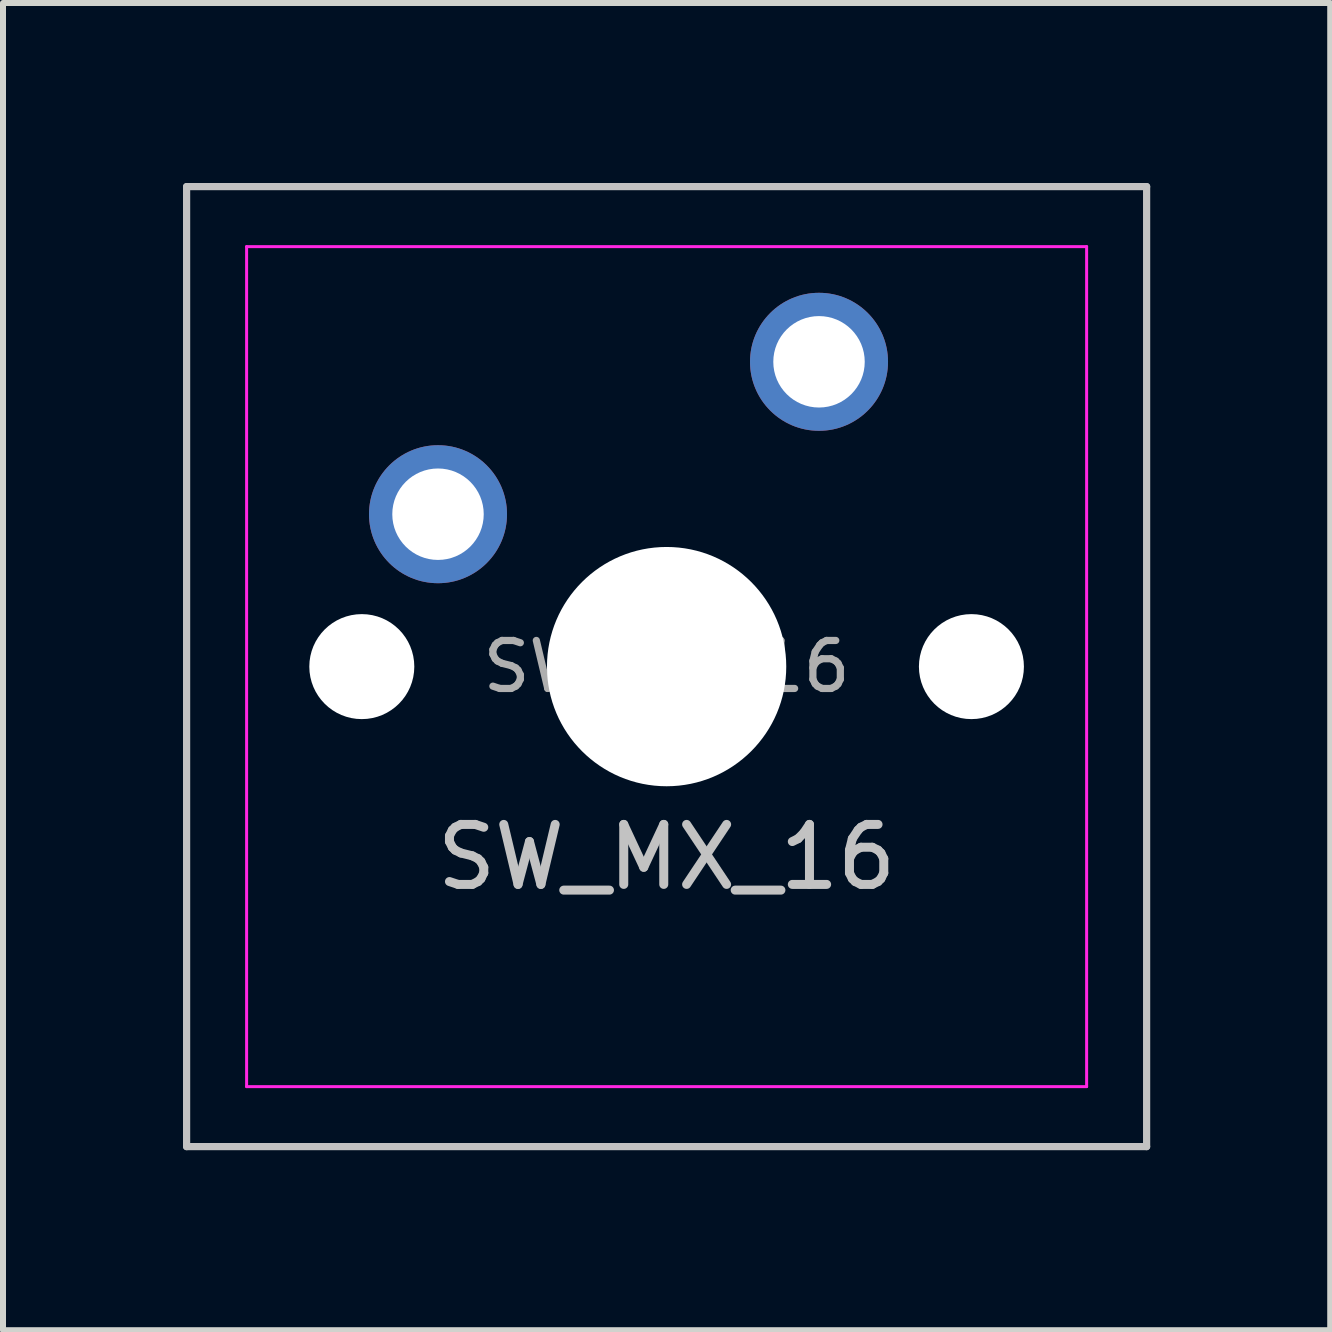
<source format=kicad_pcb>
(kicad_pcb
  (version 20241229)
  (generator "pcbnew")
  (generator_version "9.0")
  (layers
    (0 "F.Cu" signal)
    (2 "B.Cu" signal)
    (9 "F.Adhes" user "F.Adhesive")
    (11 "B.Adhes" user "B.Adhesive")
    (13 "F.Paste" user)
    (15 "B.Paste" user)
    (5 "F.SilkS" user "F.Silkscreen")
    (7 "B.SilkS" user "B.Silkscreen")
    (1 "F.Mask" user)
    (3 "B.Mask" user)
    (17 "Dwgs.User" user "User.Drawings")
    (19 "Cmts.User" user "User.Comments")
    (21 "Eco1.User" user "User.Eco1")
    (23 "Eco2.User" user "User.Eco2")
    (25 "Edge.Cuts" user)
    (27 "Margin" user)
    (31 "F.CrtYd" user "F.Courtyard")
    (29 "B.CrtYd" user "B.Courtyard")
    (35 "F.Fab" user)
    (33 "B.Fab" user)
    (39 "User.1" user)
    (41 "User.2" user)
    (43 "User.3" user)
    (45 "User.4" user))
  (footprint "SW_MX_16"
    (layer "F.Cu")
    (at 8.06 8.06)
    (property "Reference" "SW_MX_16" (at 0 3.175 0) (layer "Dwgs.User") (effects (font (size 1 1) (thickness 0.15))))
    (attr through_hole exclude_from_pos_files)
    (fp_line (start -8 -8) (end -8 8) (stroke (width 0.12) (type solid)) (layer "Dwgs.User"))
    (fp_line (start -8 8) (end 8 8) (stroke (width 0.12) (type solid)) (layer "Dwgs.User"))
    (fp_line (start 8 -8) (end -8 -8) (stroke (width 0.12) (type solid)) (layer "Dwgs.User"))
    (fp_line (start 8 8) (end 8 -8) (stroke (width 0.12) (type solid)) (layer "Dwgs.User"))
    (fp_line (start -7 6.5) (end -7 -6.5) (stroke (width 0.05) (type solid)) (layer "Eco2.User"))
    (fp_line (start -6.5 -7) (end 6.5 -7) (stroke (width 0.05) (type solid)) (layer "Eco2.User"))
    (fp_line (start 6.5 7) (end -6.5 7) (stroke (width 0.05) (type solid)) (layer "Eco2.User"))
    (fp_line (start 7 -6.5) (end 7 6.5) (stroke (width 0.05) (type solid)) (layer "Eco2.User"))
    (fp_arc (start -7 -6.5) (mid -6.853553 -6.853553) (end -6.5 -7) (stroke (width 0.05) (type solid)) (layer "Eco2.User"))
    (fp_arc (start -6.5 7) (mid -6.853553 6.853553) (end -7 6.5) (stroke (width 0.05) (type solid)) (layer "Eco2.User"))
    (fp_arc (start 6.5 -7) (mid 6.853553 -6.853553) (end 7 -6.5) (stroke (width 0.05) (type solid)) (layer "Eco2.User"))
    (fp_arc (start 6.997236 6.498884) (mid 6.85079 6.852437) (end 6.497236 6.998884) (stroke (width 0.05) (type solid)) (layer "Eco2.User"))
    (fp_line (start -7 -7) (end -7 7) (stroke (width 0.05) (type solid)) (layer "F.CrtYd"))
    (fp_line (start -7 7) (end 7 7) (stroke (width 0.05) (type solid)) (layer "F.CrtYd"))
    (fp_line (start 7 -7) (end -7 -7) (stroke (width 0.05) (type solid)) (layer "F.CrtYd"))
    (fp_line (start 7 7) (end 7 -7) (stroke (width 0.05) (type solid)) (layer "F.CrtYd"))
    (fp_text user "${REFERENCE}" (at 0 0 0) (layer "F.Fab") (effects (font (size 0.8 0.8) (thickness 0.12))))
    (pad "" np_thru_hole circle (at -5.08 0) (size 1.75 1.75) (drill 1.75) (layers "*.Cu" "*.Mask"))
    (pad "" np_thru_hole circle (at 0 0) (size 3.988 3.988) (drill 3.988) (layers "*.Cu" "*.Mask"))
    (pad "" np_thru_hole circle (at 5.08 0) (size 1.75 1.75) (drill 1.75) (layers "*.Cu" "*.Mask"))
    (pad "1" thru_hole circle (at -3.81 -2.54) (size 2.3 2.3) (drill 1.524) (layers "*.Cu" "B.Mask"))
    (pad "2" thru_hole circle (at 2.54 -5.08) (size 2.3 2.3) (drill 1.524) (layers "*.Cu" "B.Mask")))
  (gr_rect
    (start -3 -3)
    (end 19.12 19.12)
    (stroke (width 0.1) (type default))
    (fill no)
    (layer "Edge.Cuts")))
</source>
